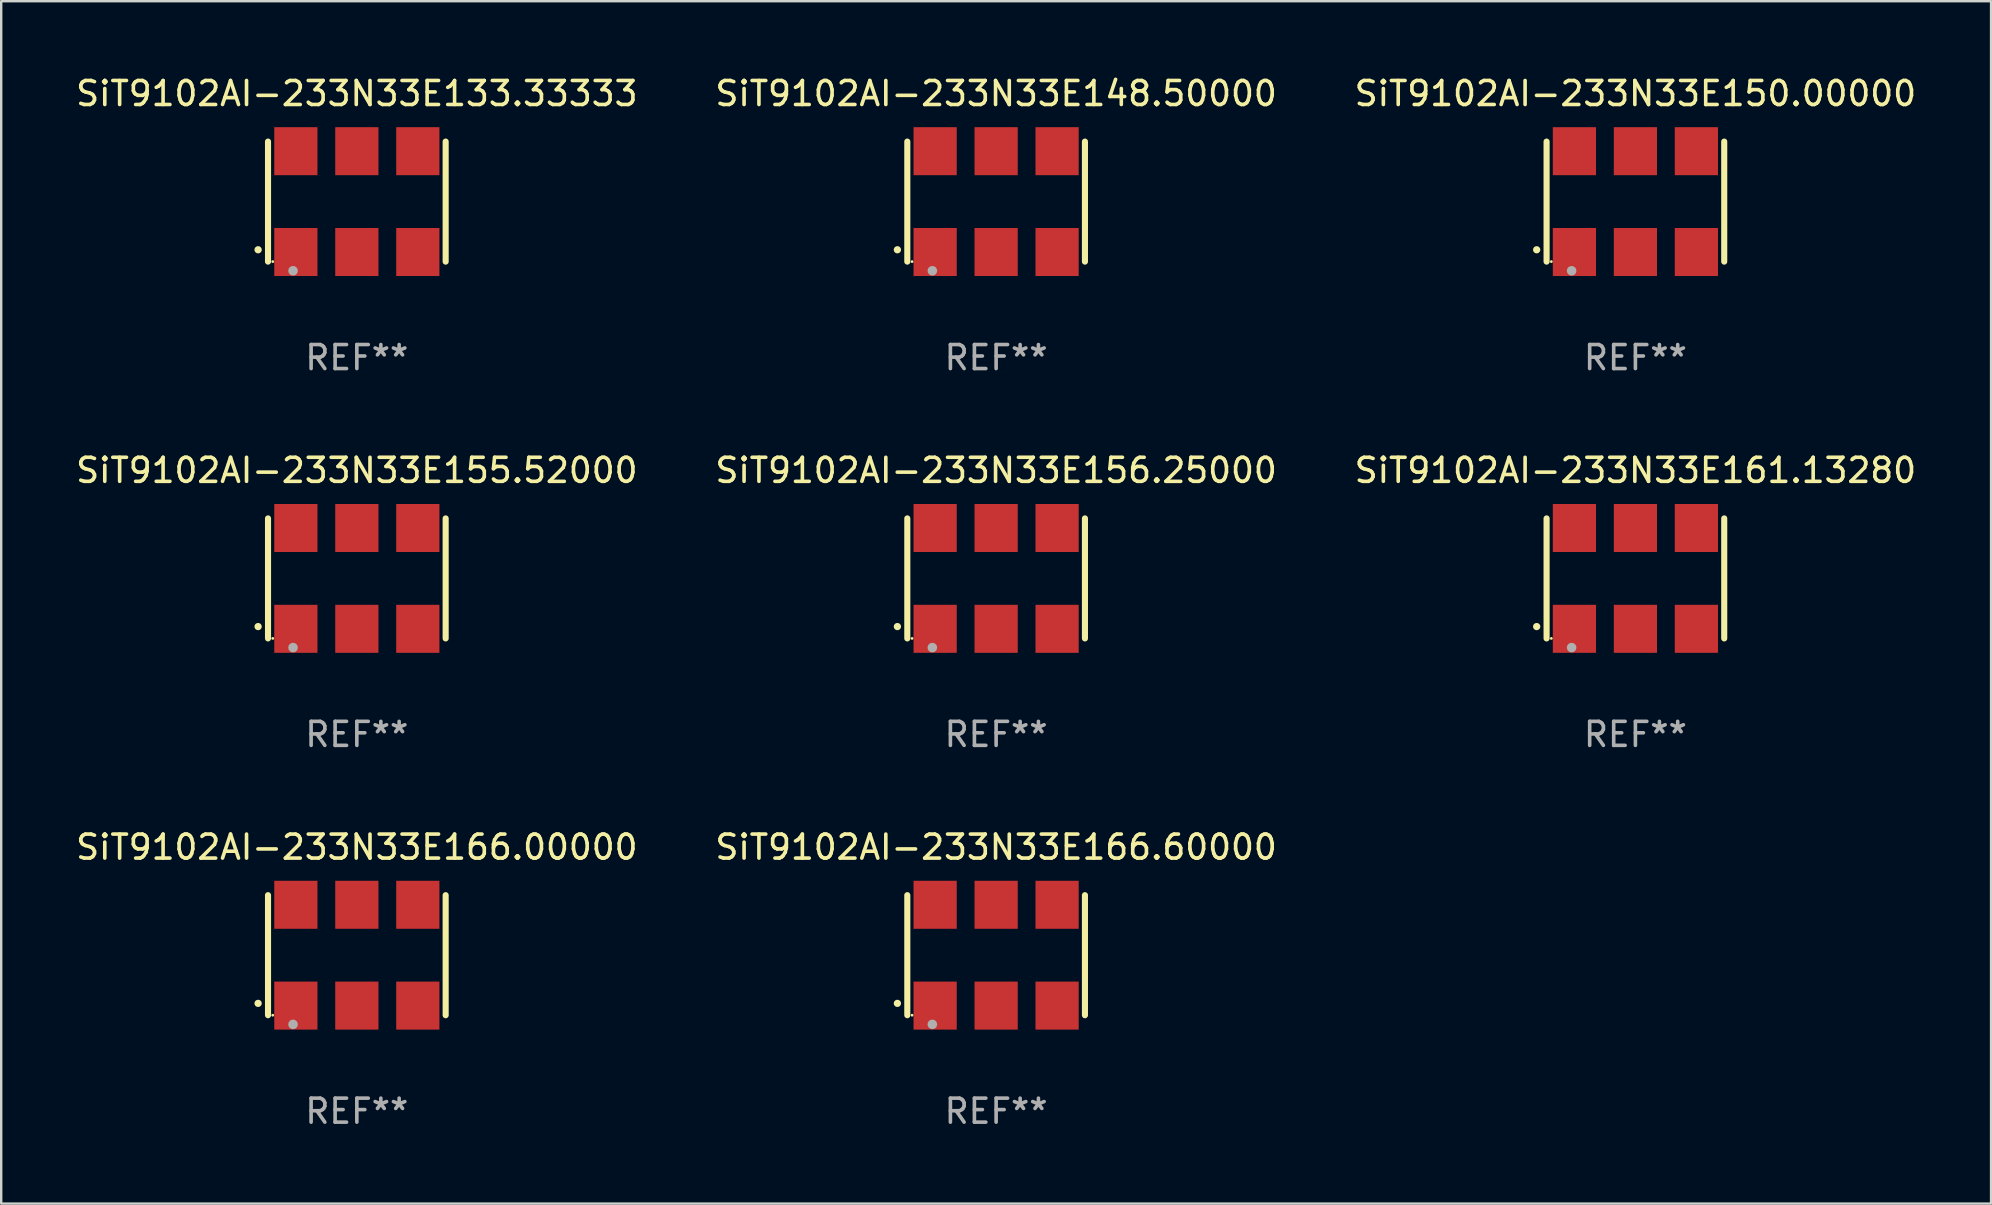
<source format=kicad_pcb>
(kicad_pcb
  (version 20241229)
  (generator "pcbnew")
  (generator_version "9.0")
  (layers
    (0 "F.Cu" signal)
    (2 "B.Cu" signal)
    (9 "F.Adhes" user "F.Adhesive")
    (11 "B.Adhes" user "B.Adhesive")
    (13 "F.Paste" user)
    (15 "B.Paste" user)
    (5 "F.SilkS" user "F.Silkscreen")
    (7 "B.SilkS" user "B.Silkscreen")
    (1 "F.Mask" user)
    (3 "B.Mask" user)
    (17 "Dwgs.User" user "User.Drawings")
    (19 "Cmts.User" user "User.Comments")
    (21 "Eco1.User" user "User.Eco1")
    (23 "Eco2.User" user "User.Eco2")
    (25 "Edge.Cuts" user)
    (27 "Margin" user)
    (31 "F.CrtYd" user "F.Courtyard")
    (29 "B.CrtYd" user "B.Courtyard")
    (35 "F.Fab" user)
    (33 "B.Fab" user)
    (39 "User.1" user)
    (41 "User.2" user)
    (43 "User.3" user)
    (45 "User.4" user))
  (footprint "SiT9102AI-233N33E133.33333"
    (layer "F.Cu")
    (at 11.815 5.348)
    (property "Reference" "SiT9102AI-233N33E133.33333" (at 0 -4.5 0) (layer "F.SilkS") (effects (font (size 1 1) (thickness 0.15))))
    (attr through_hole)
    (fp_line (start -3.7 -2.5) (end -3.7 2.5) (stroke (width 0.254) (type solid)) (layer "F.SilkS"))
    (fp_line (start 3.7 -2.5) (end 3.7 2.5) (stroke (width 0.254) (type solid)) (layer "F.SilkS"))
    (fp_arc (start -4.114415 2.006604) (mid -4.113145 2.006599) (end -4.111875 2.006604) (stroke (width 0.3) (type solid)) (layer "F.SilkS"))
    (fp_circle (center -3.502 2.5) (end -3.472 2.5) (stroke (width 0.06) (type solid)) (fill no) (layer "F.SilkS"))
    (fp_circle (center -2.657 2.882) (end -2.557 2.882) (stroke (width 0.2) (type solid)) (fill no) (layer "F.Fab"))
    (fp_text user "REF**" (at 0 6.5 0) (layer "F.Fab") (effects (font (size 1 1) (thickness 0.15))))
    (pad "1" smd rect (at -2.54 2.1) (size 1.8 2) (layers "F.Cu" "F.Mask" "F.Paste"))
    (pad "2" smd rect (at 0.000394 2.1) (size 1.8 2) (layers "F.Cu" "F.Mask" "F.Paste"))
    (pad "3" smd rect (at 2.54 2.1) (size 1.8 2) (layers "F.Cu" "F.Mask" "F.Paste"))
    (pad "4" smd rect (at 2.54 -2.1) (size 1.8 2) (layers "F.Cu" "F.Mask" "F.Paste"))
    (pad "5" smd rect (at 0.000394 -2.1) (size 1.8 2) (layers "F.Cu" "F.Mask" "F.Paste"))
    (pad "6" smd rect (at -2.54 -2.1) (size 1.8 2) (layers "F.Cu" "F.Mask" "F.Paste")))
  (footprint "SiT9102AI-233N33E156.25000"
    (layer "F.Cu")
    (at 38.446 21.045)
    (property "Reference" "SiT9102AI-233N33E156.25000" (at 0 -4.5 0) (layer "F.SilkS") (effects (font (size 1 1) (thickness 0.15))))
    (attr through_hole)
    (fp_line (start -3.7 -2.5) (end -3.7 2.5) (stroke (width 0.254) (type solid)) (layer "F.SilkS"))
    (fp_line (start 3.7 -2.5) (end 3.7 2.5) (stroke (width 0.254) (type solid)) (layer "F.SilkS"))
    (fp_arc (start -4.114415 2.006604) (mid -4.113145 2.006599) (end -4.111875 2.006604) (stroke (width 0.3) (type solid)) (layer "F.SilkS"))
    (fp_circle (center -3.502 2.5) (end -3.472 2.5) (stroke (width 0.06) (type solid)) (fill no) (layer "F.SilkS"))
    (fp_circle (center -2.657 2.882) (end -2.557 2.882) (stroke (width 0.2) (type solid)) (fill no) (layer "F.Fab"))
    (fp_text user "REF**" (at 0 6.5 0) (layer "F.Fab") (effects (font (size 1 1) (thickness 0.15))))
    (pad "1" smd rect (at -2.54 2.1) (size 1.8 2) (layers "F.Cu" "F.Mask" "F.Paste"))
    (pad "2" smd rect (at 0.000394 2.1) (size 1.8 2) (layers "F.Cu" "F.Mask" "F.Paste"))
    (pad "3" smd rect (at 2.54 2.1) (size 1.8 2) (layers "F.Cu" "F.Mask" "F.Paste"))
    (pad "4" smd rect (at 2.54 -2.1) (size 1.8 2) (layers "F.Cu" "F.Mask" "F.Paste"))
    (pad "5" smd rect (at 0.000394 -2.1) (size 1.8 2) (layers "F.Cu" "F.Mask" "F.Paste"))
    (pad "6" smd rect (at -2.54 -2.1) (size 1.8 2) (layers "F.Cu" "F.Mask" "F.Paste")))
  (footprint "SiT9102AI-233N33E148.50000"
    (layer "F.Cu")
    (at 38.446 5.348)
    (property "Reference" "SiT9102AI-233N33E148.50000" (at 0 -4.5 0) (layer "F.SilkS") (effects (font (size 1 1) (thickness 0.15))))
    (attr through_hole)
    (fp_line (start -3.7 -2.5) (end -3.7 2.5) (stroke (width 0.254) (type solid)) (layer "F.SilkS"))
    (fp_line (start 3.7 -2.5) (end 3.7 2.5) (stroke (width 0.254) (type solid)) (layer "F.SilkS"))
    (fp_arc (start -4.114415 2.006604) (mid -4.113145 2.006599) (end -4.111875 2.006604) (stroke (width 0.3) (type solid)) (layer "F.SilkS"))
    (fp_circle (center -3.502 2.5) (end -3.472 2.5) (stroke (width 0.06) (type solid)) (fill no) (layer "F.SilkS"))
    (fp_circle (center -2.657 2.882) (end -2.557 2.882) (stroke (width 0.2) (type solid)) (fill no) (layer "F.Fab"))
    (fp_text user "REF**" (at 0 6.5 0) (layer "F.Fab") (effects (font (size 1 1) (thickness 0.15))))
    (pad "1" smd rect (at -2.54 2.1) (size 1.8 2) (layers "F.Cu" "F.Mask" "F.Paste"))
    (pad "2" smd rect (at 0.000394 2.1) (size 1.8 2) (layers "F.Cu" "F.Mask" "F.Paste"))
    (pad "3" smd rect (at 2.54 2.1) (size 1.8 2) (layers "F.Cu" "F.Mask" "F.Paste"))
    (pad "4" smd rect (at 2.54 -2.1) (size 1.8 2) (layers "F.Cu" "F.Mask" "F.Paste"))
    (pad "5" smd rect (at 0.000394 -2.1) (size 1.8 2) (layers "F.Cu" "F.Mask" "F.Paste"))
    (pad "6" smd rect (at -2.54 -2.1) (size 1.8 2) (layers "F.Cu" "F.Mask" "F.Paste")))
  (footprint "SiT9102AI-233N33E166.60000"
    (layer "F.Cu")
    (at 38.446 36.741)
    (property "Reference" "SiT9102AI-233N33E166.60000" (at 0 -4.5 0) (layer "F.SilkS") (effects (font (size 1 1) (thickness 0.15))))
    (attr through_hole)
    (fp_line (start -3.7 -2.5) (end -3.7 2.5) (stroke (width 0.254) (type solid)) (layer "F.SilkS"))
    (fp_line (start 3.7 -2.5) (end 3.7 2.5) (stroke (width 0.254) (type solid)) (layer "F.SilkS"))
    (fp_arc (start -4.114415 2.006604) (mid -4.113145 2.006599) (end -4.111875 2.006604) (stroke (width 0.3) (type solid)) (layer "F.SilkS"))
    (fp_circle (center -3.502 2.5) (end -3.472 2.5) (stroke (width 0.06) (type solid)) (fill no) (layer "F.SilkS"))
    (fp_circle (center -2.657 2.882) (end -2.557 2.882) (stroke (width 0.2) (type solid)) (fill no) (layer "F.Fab"))
    (fp_text user "REF**" (at 0 6.5 0) (layer "F.Fab") (effects (font (size 1 1) (thickness 0.15))))
    (pad "1" smd rect (at -2.54 2.1) (size 1.8 2) (layers "F.Cu" "F.Mask" "F.Paste"))
    (pad "2" smd rect (at 0.000394 2.1) (size 1.8 2) (layers "F.Cu" "F.Mask" "F.Paste"))
    (pad "3" smd rect (at 2.54 2.1) (size 1.8 2) (layers "F.Cu" "F.Mask" "F.Paste"))
    (pad "4" smd rect (at 2.54 -2.1) (size 1.8 2) (layers "F.Cu" "F.Mask" "F.Paste"))
    (pad "5" smd rect (at 0.000394 -2.1) (size 1.8 2) (layers "F.Cu" "F.Mask" "F.Paste"))
    (pad "6" smd rect (at -2.54 -2.1) (size 1.8 2) (layers "F.Cu" "F.Mask" "F.Paste")))
  (footprint "SiT9102AI-233N33E155.52000"
    (layer "F.Cu")
    (at 11.815 21.045)
    (property "Reference" "SiT9102AI-233N33E155.52000" (at 0 -4.5 0) (layer "F.SilkS") (effects (font (size 1 1) (thickness 0.15))))
    (attr through_hole)
    (fp_line (start -3.7 -2.5) (end -3.7 2.5) (stroke (width 0.254) (type solid)) (layer "F.SilkS"))
    (fp_line (start 3.7 -2.5) (end 3.7 2.5) (stroke (width 0.254) (type solid)) (layer "F.SilkS"))
    (fp_arc (start -4.114415 2.006604) (mid -4.113145 2.006599) (end -4.111875 2.006604) (stroke (width 0.3) (type solid)) (layer "F.SilkS"))
    (fp_circle (center -3.502 2.5) (end -3.472 2.5) (stroke (width 0.06) (type solid)) (fill no) (layer "F.SilkS"))
    (fp_circle (center -2.657 2.882) (end -2.557 2.882) (stroke (width 0.2) (type solid)) (fill no) (layer "F.Fab"))
    (fp_text user "REF**" (at 0 6.5 0) (layer "F.Fab") (effects (font (size 1 1) (thickness 0.15))))
    (pad "1" smd rect (at -2.54 2.1) (size 1.8 2) (layers "F.Cu" "F.Mask" "F.Paste"))
    (pad "2" smd rect (at 0.000394 2.1) (size 1.8 2) (layers "F.Cu" "F.Mask" "F.Paste"))
    (pad "3" smd rect (at 2.54 2.1) (size 1.8 2) (layers "F.Cu" "F.Mask" "F.Paste"))
    (pad "4" smd rect (at 2.54 -2.1) (size 1.8 2) (layers "F.Cu" "F.Mask" "F.Paste"))
    (pad "5" smd rect (at 0.000394 -2.1) (size 1.8 2) (layers "F.Cu" "F.Mask" "F.Paste"))
    (pad "6" smd rect (at -2.54 -2.1) (size 1.8 2) (layers "F.Cu" "F.Mask" "F.Paste")))
  (footprint "SiT9102AI-233N33E150.00000"
    (layer "F.Cu")
    (at 65.077 5.348)
    (property "Reference" "SiT9102AI-233N33E150.00000" (at 0 -4.5 0) (layer "F.SilkS") (effects (font (size 1 1) (thickness 0.15))))
    (attr through_hole)
    (fp_line (start -3.7 -2.5) (end -3.7 2.5) (stroke (width 0.254) (type solid)) (layer "F.SilkS"))
    (fp_line (start 3.7 -2.5) (end 3.7 2.5) (stroke (width 0.254) (type solid)) (layer "F.SilkS"))
    (fp_arc (start -4.114415 2.006604) (mid -4.113145 2.006599) (end -4.111875 2.006604) (stroke (width 0.3) (type solid)) (layer "F.SilkS"))
    (fp_circle (center -3.502 2.5) (end -3.472 2.5) (stroke (width 0.06) (type solid)) (fill no) (layer "F.SilkS"))
    (fp_circle (center -2.657 2.882) (end -2.557 2.882) (stroke (width 0.2) (type solid)) (fill no) (layer "F.Fab"))
    (fp_text user "REF**" (at 0 6.5 0) (layer "F.Fab") (effects (font (size 1 1) (thickness 0.15))))
    (pad "1" smd rect (at -2.54 2.1) (size 1.8 2) (layers "F.Cu" "F.Mask" "F.Paste"))
    (pad "2" smd rect (at 0.000394 2.1) (size 1.8 2) (layers "F.Cu" "F.Mask" "F.Paste"))
    (pad "3" smd rect (at 2.54 2.1) (size 1.8 2) (layers "F.Cu" "F.Mask" "F.Paste"))
    (pad "4" smd rect (at 2.54 -2.1) (size 1.8 2) (layers "F.Cu" "F.Mask" "F.Paste"))
    (pad "5" smd rect (at 0.000394 -2.1) (size 1.8 2) (layers "F.Cu" "F.Mask" "F.Paste"))
    (pad "6" smd rect (at -2.54 -2.1) (size 1.8 2) (layers "F.Cu" "F.Mask" "F.Paste")))
  (footprint "SiT9102AI-233N33E166.00000"
    (layer "F.Cu")
    (at 11.815 36.741)
    (property "Reference" "SiT9102AI-233N33E166.00000" (at 0 -4.5 0) (layer "F.SilkS") (effects (font (size 1 1) (thickness 0.15))))
    (attr through_hole)
    (fp_line (start -3.7 -2.5) (end -3.7 2.5) (stroke (width 0.254) (type solid)) (layer "F.SilkS"))
    (fp_line (start 3.7 -2.5) (end 3.7 2.5) (stroke (width 0.254) (type solid)) (layer "F.SilkS"))
    (fp_arc (start -4.114415 2.006604) (mid -4.113145 2.006599) (end -4.111875 2.006604) (stroke (width 0.3) (type solid)) (layer "F.SilkS"))
    (fp_circle (center -3.502 2.5) (end -3.472 2.5) (stroke (width 0.06) (type solid)) (fill no) (layer "F.SilkS"))
    (fp_circle (center -2.657 2.882) (end -2.557 2.882) (stroke (width 0.2) (type solid)) (fill no) (layer "F.Fab"))
    (fp_text user "REF**" (at 0 6.5 0) (layer "F.Fab") (effects (font (size 1 1) (thickness 0.15))))
    (pad "1" smd rect (at -2.54 2.1) (size 1.8 2) (layers "F.Cu" "F.Mask" "F.Paste"))
    (pad "2" smd rect (at 0.000394 2.1) (size 1.8 2) (layers "F.Cu" "F.Mask" "F.Paste"))
    (pad "3" smd rect (at 2.54 2.1) (size 1.8 2) (layers "F.Cu" "F.Mask" "F.Paste"))
    (pad "4" smd rect (at 2.54 -2.1) (size 1.8 2) (layers "F.Cu" "F.Mask" "F.Paste"))
    (pad "5" smd rect (at 0.000394 -2.1) (size 1.8 2) (layers "F.Cu" "F.Mask" "F.Paste"))
    (pad "6" smd rect (at -2.54 -2.1) (size 1.8 2) (layers "F.Cu" "F.Mask" "F.Paste")))
  (footprint "SiT9102AI-233N33E161.13280"
    (layer "F.Cu")
    (at 65.077 21.045)
    (property "Reference" "SiT9102AI-233N33E161.13280" (at 0 -4.5 0) (layer "F.SilkS") (effects (font (size 1 1) (thickness 0.15))))
    (attr through_hole)
    (fp_line (start -3.7 -2.5) (end -3.7 2.5) (stroke (width 0.254) (type solid)) (layer "F.SilkS"))
    (fp_line (start 3.7 -2.5) (end 3.7 2.5) (stroke (width 0.254) (type solid)) (layer "F.SilkS"))
    (fp_arc (start -4.114415 2.006604) (mid -4.113145 2.006599) (end -4.111875 2.006604) (stroke (width 0.3) (type solid)) (layer "F.SilkS"))
    (fp_circle (center -3.502 2.5) (end -3.472 2.5) (stroke (width 0.06) (type solid)) (fill no) (layer "F.SilkS"))
    (fp_circle (center -2.657 2.882) (end -2.557 2.882) (stroke (width 0.2) (type solid)) (fill no) (layer "F.Fab"))
    (fp_text user "REF**" (at 0 6.5 0) (layer "F.Fab") (effects (font (size 1 1) (thickness 0.15))))
    (pad "1" smd rect (at -2.54 2.1) (size 1.8 2) (layers "F.Cu" "F.Mask" "F.Paste"))
    (pad "2" smd rect (at 0.000394 2.1) (size 1.8 2) (layers "F.Cu" "F.Mask" "F.Paste"))
    (pad "3" smd rect (at 2.54 2.1) (size 1.8 2) (layers "F.Cu" "F.Mask" "F.Paste"))
    (pad "4" smd rect (at 2.54 -2.1) (size 1.8 2) (layers "F.Cu" "F.Mask" "F.Paste"))
    (pad "5" smd rect (at 0.000394 -2.1) (size 1.8 2) (layers "F.Cu" "F.Mask" "F.Paste"))
    (pad "6" smd rect (at -2.54 -2.1) (size 1.8 2) (layers "F.Cu" "F.Mask" "F.Paste")))
  (gr_rect
    (start -3 -3)
    (end 79.893 47.09)
    (stroke (width 0.1) (type default))
    (fill no)
    (layer "Edge.Cuts")))
</source>
